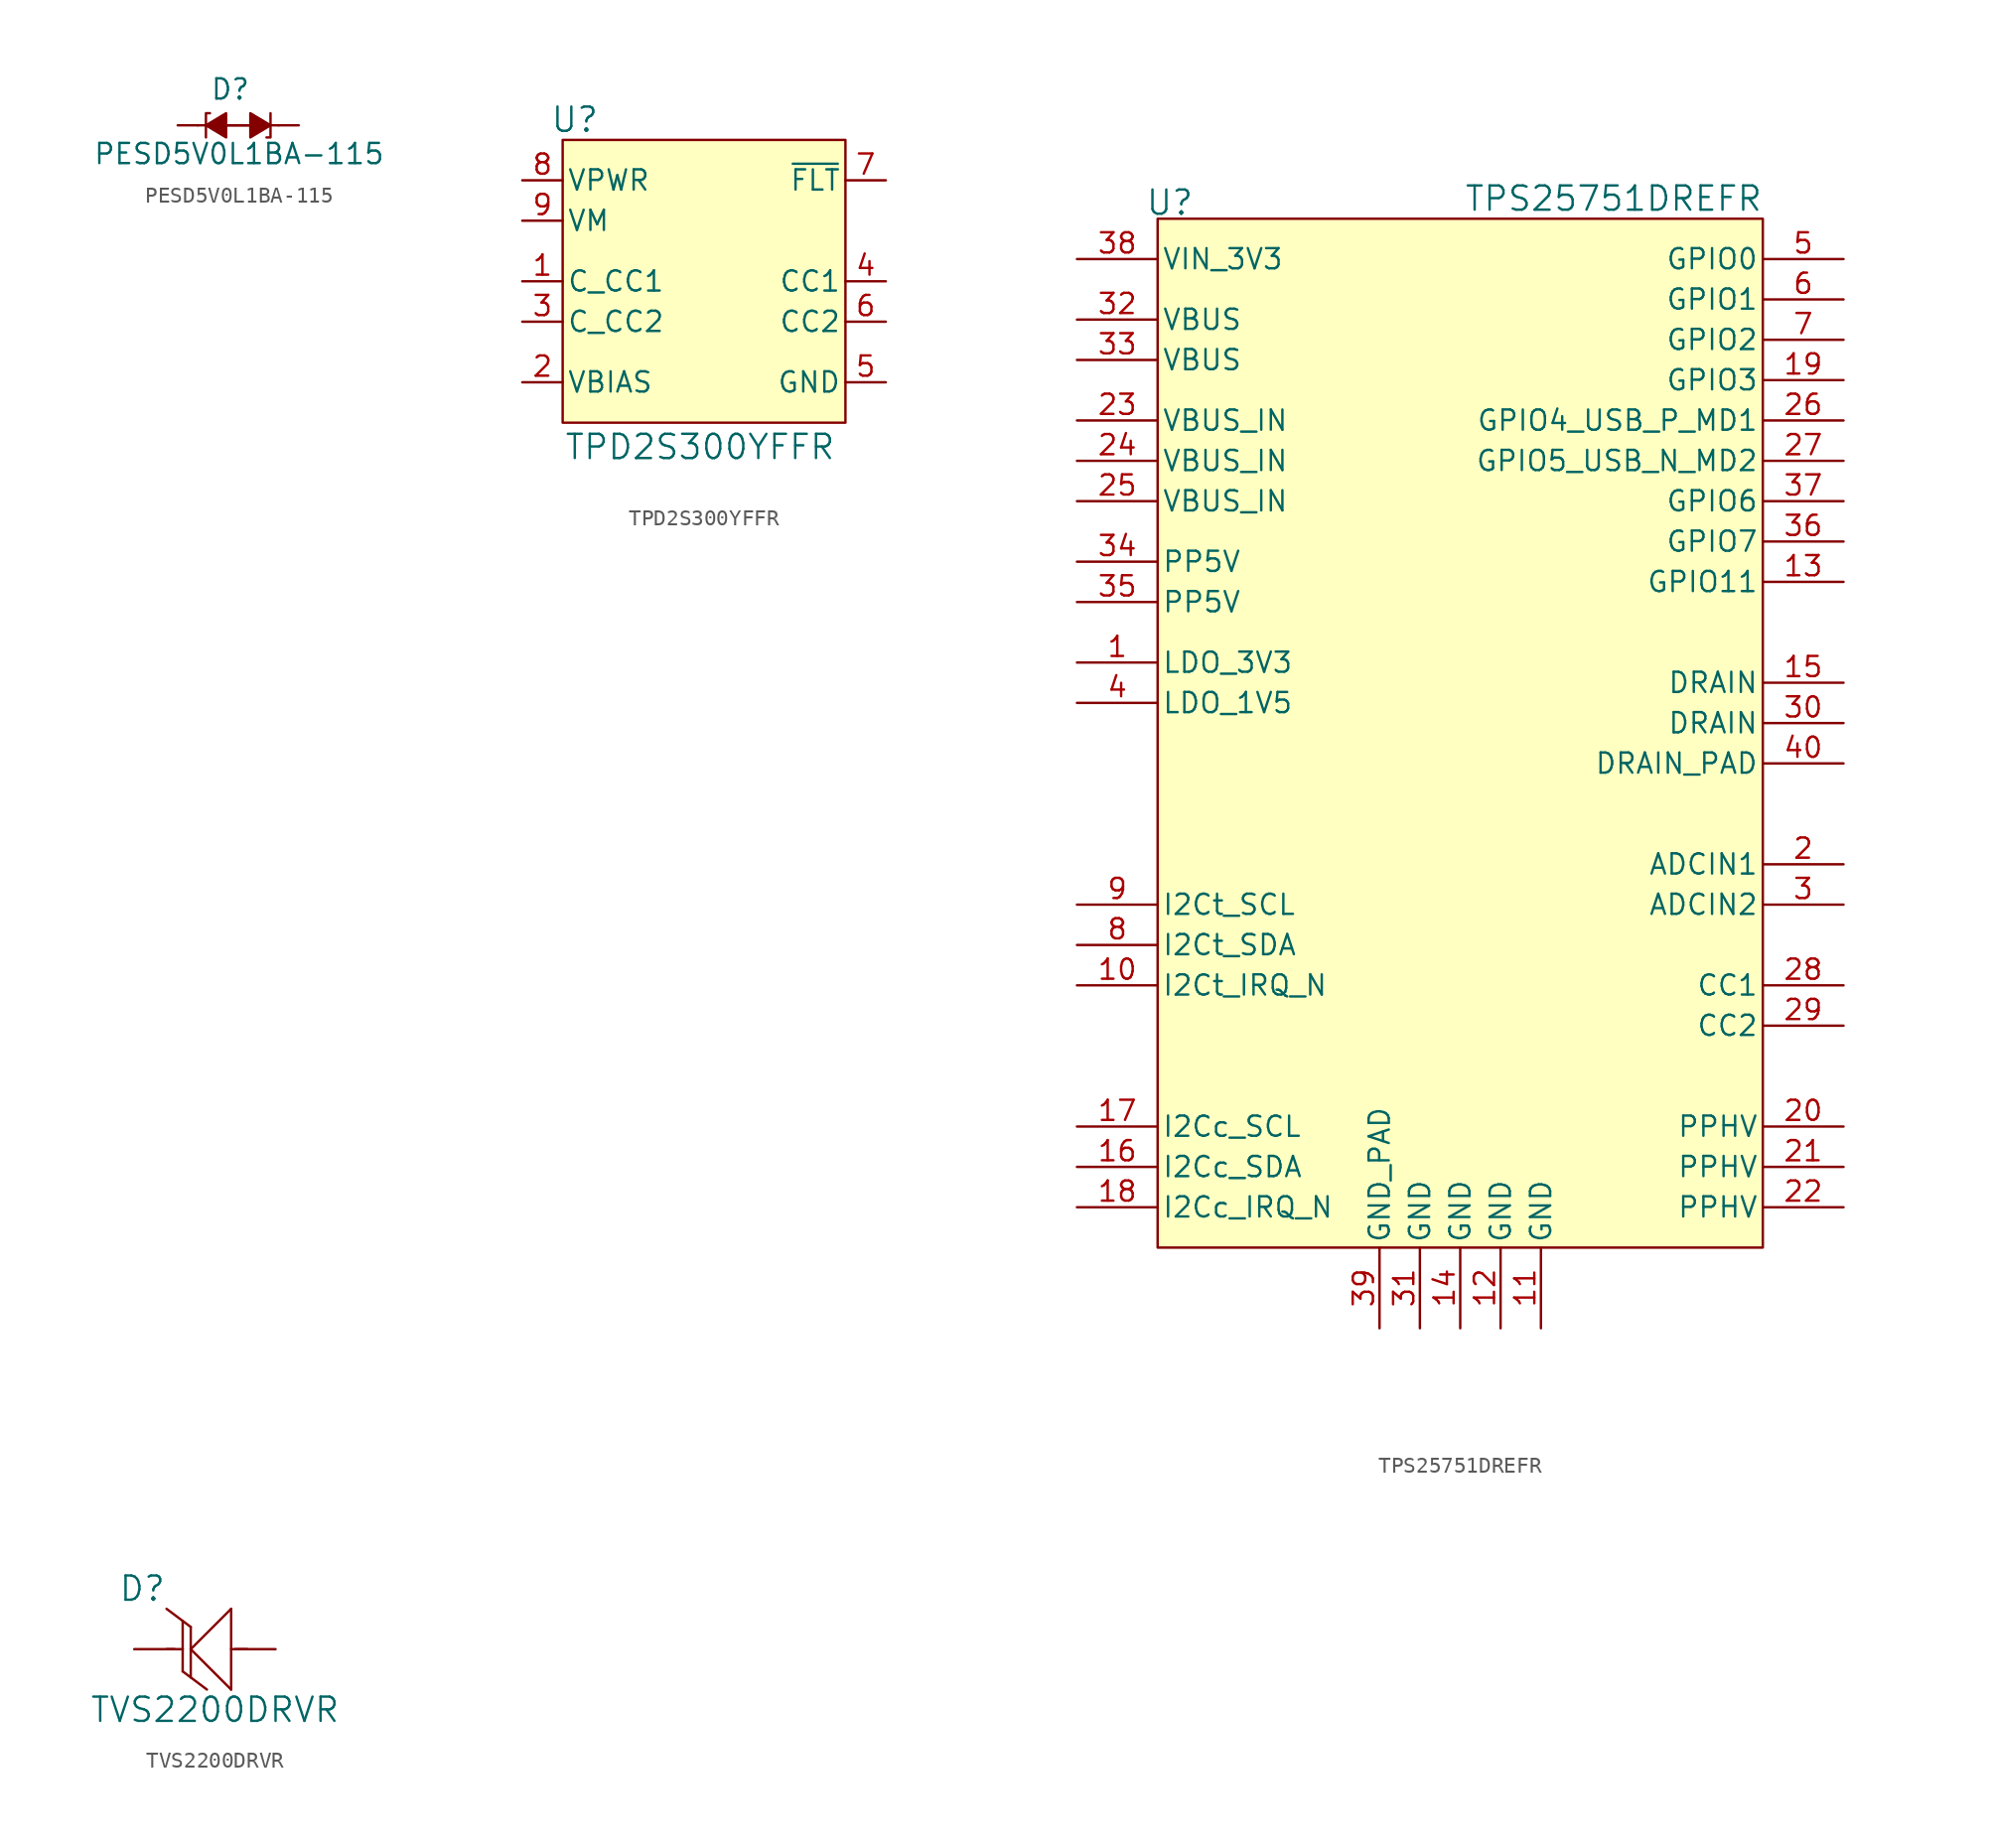
<source format=kicad_sym>
(kicad_symbol_lib
  (version 20241209)
  (generator "kicad_symbol_editor")
  (generator_version "9.0")
  (symbol "PESD5V0L1BA-115"
    (pin_numbers
      (hide yes))
    (pin_names
      (offset 1.016)
      (hide yes))
    (property "Reference" "D"
      (at -1.778 1.524 0)
      (effects (font (size 1.27 1.27)) (justify left bottom)))
    (property "Value" "PESD5V0L1BA-115"
      (at -9.144 -2.54 0)
      (effects (font (size 1.27 1.27)) (justify left bottom)))
    (symbol "PESD5V0L1BA-115_0_0"
      (polyline (pts (xy -2.54 0) (xy 2.54 0)) (stroke (width 0.152) (type default)) (fill (type none)))
      (polyline (pts (xy -2.032 0) (xy -0.762 0.762) (xy -0.762 -0.762) (xy -2.032 0)) (stroke (width 0.152) (type default)) (fill (type outline)))
      (polyline (pts (xy 0.762 0) (xy -1.27 0)) (stroke (width 0.152) (type default)) (fill (type none)))
      (polyline (pts (xy 2.032 0) (xy 0.762 -0.762) (xy 0.762 0.762) (xy 2.032 0)) (stroke (width 0.152) (type default)) (fill (type outline)))
      (pin passive line (at -3.81 0 0) (length 1.27) (name "~" (effects (font (size 1.016 1.016)))) (number "1" (effects (font (size 1.016 1.016)))))
      (pin passive line (at 3.81 0 180) (length 1.27) (name "~" (effects (font (size 1.016 1.016)))) (number "2" (effects (font (size 1.016 1.016))))))
    (symbol "PESD5V0L1BA-115_0_1"
      (polyline (pts (xy -1.778 0.762) (xy -2.032 0.762) (xy -2.032 -0.635) (xy -2.032 -0.762)) (stroke (width 0) (type default)) (fill (type none)))
      (polyline (pts (xy 1.778 -0.762) (xy 2.032 -0.762) (xy 2.032 0.635) (xy 2.032 0.762)) (stroke (width 0) (type default)) (fill (type none)))))
  (symbol "TPD2S300YFFR"
    (pin_names
      (offset 0.254))
    (property "Reference" "U"
      (at -8.128 11.43 0)
      (effects (font (size 1.524 1.524))))
    (property "Value" "TPD2S300YFFR"
      (at -0.254 -9.144 0)
      (effects (font (size 1.524 1.524))))
    (symbol "TPD2S300YFFR_0_1"
      (pin power_in line (at -11.43 7.62 0) (length 2.54) (name "VPWR" (effects (font (size 1.27 1.27)))) (number "8" (effects (font (size 1.27 1.27)))))
      (pin input line (at -11.43 5.08 0) (length 2.54) (name "VM" (effects (font (size 1.27 1.27)))) (number "9" (effects (font (size 1.27 1.27)))))
      (pin power_in line (at -11.43 -5.08 0) (length 2.54) (name "VBIAS" (effects (font (size 1.27 1.27)))) (number "2" (effects (font (size 1.27 1.27)))))
      (pin power_in line (at 11.43 -5.08 180) (length 2.54) (name "GND" (effects (font (size 1.27 1.27)))) (number "5" (effects (font (size 1.27 1.27))))))
    (symbol "TPD2S300YFFR_1_1"
      (rectangle (start -8.89 10.16) (end 8.89 -7.62) (stroke (width 0) (type solid)) (fill (type color) (color 255 255 194 1)))
      (pin bidirectional line (at -11.43 1.27 0) (length 2.54) (name "C_CC1" (effects (font (size 1.27 1.27)))) (number "1" (effects (font (size 1.27 1.27)))))
      (pin bidirectional line (at -11.43 -1.27 0) (length 2.54) (name "C_CC2" (effects (font (size 1.27 1.27)))) (number "3" (effects (font (size 1.27 1.27)))))
      (pin open_collector line (at 11.43 7.62 180) (length 2.54) (name "~{FLT}" (effects (font (size 1.27 1.27)))) (number "7" (effects (font (size 1.27 1.27)))))
      (pin bidirectional line (at 11.43 1.27 180) (length 2.54) (name "CC1" (effects (font (size 1.27 1.27)))) (number "4" (effects (font (size 1.27 1.27)))))
      (pin bidirectional line (at 11.43 -1.27 180) (length 2.54) (name "CC2" (effects (font (size 1.27 1.27)))) (number "6" (effects (font (size 1.27 1.27)))))))
  (symbol "TPS25751DREFR"
    (pin_names
      (offset 0.254))
    (property "Reference" "U"
      (at 5.842 3.556 0)
      (effects (font (size 1.524 1.524))))
    (property "Value" "TPS25751DREFR"
      (at 33.782 3.81 0)
      (effects (font (size 1.524 1.524))))
    (symbol "TPS25751DREFR_0_1"
      (pin unspecified line (at 0 -25.4 0) (length 5.08) (name "LDO_3V3" (effects (font (size 1.27 1.27)))) (number "1" (effects (font (size 1.27 1.27)))))
      (pin unspecified line (at 0 -27.94 0) (length 5.08) (name "LDO_1V5" (effects (font (size 1.27 1.27)))) (number "4" (effects (font (size 1.27 1.27)))))
      (pin input line (at 0 -40.64 0) (length 5.08) (name "I2Ct_SCL" (effects (font (size 1.27 1.27)))) (number "9" (effects (font (size 1.27 1.27)))))
      (pin bidirectional line (at 0 -43.18 0) (length 5.08) (name "I2Ct_SDA" (effects (font (size 1.27 1.27)))) (number "8" (effects (font (size 1.27 1.27)))))
      (pin output line (at 0 -45.72 0) (length 5.08) (name "I2Ct_IRQ_N" (effects (font (size 1.27 1.27)))) (number "10" (effects (font (size 1.27 1.27)))))
      (pin power_in line (at 24.13 -67.31 90) (length 5.08) (name "GND" (effects (font (size 1.27 1.27)))) (number "14" (effects (font (size 1.27 1.27)))))
      (pin power_in line (at 26.67 -67.31 90) (length 5.08) (name "GND" (effects (font (size 1.27 1.27)))) (number "12" (effects (font (size 1.27 1.27)))))
      (pin power_in line (at 29.21 -67.31 90) (length 5.08) (name "GND" (effects (font (size 1.27 1.27)))) (number "11" (effects (font (size 1.27 1.27)))))
      (pin bidirectional line (at 48.26 0 180) (length 5.08) (name "GPIO0" (effects (font (size 1.27 1.27)))) (number "5" (effects (font (size 1.27 1.27)))))
      (pin bidirectional line (at 48.26 -2.54 180) (length 5.08) (name "GPIO1" (effects (font (size 1.27 1.27)))) (number "6" (effects (font (size 1.27 1.27)))))
      (pin bidirectional line (at 48.26 -5.08 180) (length 5.08) (name "GPIO2" (effects (font (size 1.27 1.27)))) (number "7" (effects (font (size 1.27 1.27)))))
      (pin unspecified line (at 48.26 -38.1 180) (length 5.08) (name "ADCIN1" (effects (font (size 1.27 1.27)))) (number "2" (effects (font (size 1.27 1.27)))))
      (pin unspecified line (at 48.26 -40.64 180) (length 5.08) (name "ADCIN2" (effects (font (size 1.27 1.27)))) (number "3" (effects (font (size 1.27 1.27))))))
    (symbol "TPS25751DREFR_1_1"
      (rectangle (start 5.08 2.54) (end 43.18 -62.23) (stroke (width 0) (type solid)) (fill (type color) (color 255 255 194 1)))
      (pin power_in line (at 0 0 0) (length 5.08) (name "VIN_3V3" (effects (font (size 1.27 1.27)))) (number "38" (effects (font (size 1.27 1.27)))))
      (pin power_in line (at 0 -3.81 0) (length 5.08) (name "VBUS" (effects (font (size 1.27 1.27)))) (number "32" (effects (font (size 1.27 1.27)))))
      (pin power_in line (at 0 -6.35 0) (length 5.08) (name "VBUS" (effects (font (size 1.27 1.27)))) (number "33" (effects (font (size 1.27 1.27)))))
      (pin power_in line (at 0 -10.16 0) (length 5.08) (name "VBUS_IN" (effects (font (size 1.27 1.27)))) (number "23" (effects (font (size 1.27 1.27)))))
      (pin power_in line (at 0 -12.7 0) (length 5.08) (name "VBUS_IN" (effects (font (size 1.27 1.27)))) (number "24" (effects (font (size 1.27 1.27)))))
      (pin power_in line (at 0 -15.24 0) (length 5.08) (name "VBUS_IN" (effects (font (size 1.27 1.27)))) (number "25" (effects (font (size 1.27 1.27)))))
      (pin power_in line (at 0 -19.05 0) (length 5.08) (name "PP5V" (effects (font (size 1.27 1.27)))) (number "34" (effects (font (size 1.27 1.27)))))
      (pin power_in line (at 0 -21.59 0) (length 5.08) (name "PP5V" (effects (font (size 1.27 1.27)))) (number "35" (effects (font (size 1.27 1.27)))))
      (pin input line (at 0 -54.61 0) (length 5.08) (name "I2Cc_SCL" (effects (font (size 1.27 1.27)))) (number "17" (effects (font (size 1.27 1.27)))))
      (pin bidirectional line (at 0 -57.15 0) (length 5.08) (name "I2Cc_SDA" (effects (font (size 1.27 1.27)))) (number "16" (effects (font (size 1.27 1.27)))))
      (pin output line (at 0 -59.69 0) (length 5.08) (name "I2Cc_IRQ_N" (effects (font (size 1.27 1.27)))) (number "18" (effects (font (size 1.27 1.27)))))
      (pin power_in line (at 19.05 -67.31 90) (length 5.08) (name "GND_PAD" (effects (font (size 1.27 1.27)))) (number "39" (effects (font (size 1.27 1.27)))))
      (pin power_in line (at 21.59 -67.31 90) (length 5.08) (name "GND" (effects (font (size 1.27 1.27)))) (number "31" (effects (font (size 1.27 1.27)))))
      (pin bidirectional line (at 48.26 -7.62 180) (length 5.08) (name "GPIO3" (effects (font (size 1.27 1.27)))) (number "19" (effects (font (size 1.27 1.27)))))
      (pin bidirectional line (at 48.26 -10.16 180) (length 5.08) (name "GPIO4_USB_P_MD1" (effects (font (size 1.27 1.27)))) (number "26" (effects (font (size 1.27 1.27)))))
      (pin bidirectional line (at 48.26 -12.7 180) (length 5.08) (name "GPIO5_USB_N_MD2" (effects (font (size 1.27 1.27)))) (number "27" (effects (font (size 1.27 1.27)))))
      (pin bidirectional line (at 48.26 -15.24 180) (length 5.08) (name "GPIO6" (effects (font (size 1.27 1.27)))) (number "37" (effects (font (size 1.27 1.27)))))
      (pin bidirectional line (at 48.26 -17.78 180) (length 5.08) (name "GPIO7" (effects (font (size 1.27 1.27)))) (number "36" (effects (font (size 1.27 1.27)))))
      (pin bidirectional line (at 48.26 -20.32 180) (length 5.08) (name "GPIO11" (effects (font (size 1.27 1.27)))) (number "13" (effects (font (size 1.27 1.27)))))
      (pin bidirectional line (at 48.26 -26.67 180) (length 5.08) (name "DRAIN" (effects (font (size 1.27 1.27)))) (number "15" (effects (font (size 1.27 1.27)))))
      (pin bidirectional line (at 48.26 -29.21 180) (length 5.08) (name "DRAIN" (effects (font (size 1.27 1.27)))) (number "30" (effects (font (size 1.27 1.27)))))
      (pin bidirectional line (at 48.26 -31.75 180) (length 5.08) (name "DRAIN_PAD" (effects (font (size 1.27 1.27)))) (number "40" (effects (font (size 1.27 1.27)))))
      (pin unspecified line (at 48.26 -45.72 180) (length 5.08) (name "CC1" (effects (font (size 1.27 1.27)))) (number "28" (effects (font (size 1.27 1.27)))))
      (pin unspecified line (at 48.26 -48.26 180) (length 5.08) (name "CC2" (effects (font (size 1.27 1.27)))) (number "29" (effects (font (size 1.27 1.27)))))
      (pin power_in line (at 48.26 -54.61 180) (length 5.08) (name "PPHV" (effects (font (size 1.27 1.27)))) (number "20" (effects (font (size 1.27 1.27)))))
      (pin power_in line (at 48.26 -57.15 180) (length 5.08) (name "PPHV" (effects (font (size 1.27 1.27)))) (number "21" (effects (font (size 1.27 1.27)))))
      (pin power_in line (at 48.26 -59.69 180) (length 5.08) (name "PPHV" (effects (font (size 1.27 1.27)))) (number "22" (effects (font (size 1.27 1.27)))))))
  (symbol "TVS2200DRVR"
    (pin_numbers
      (hide yes))
    (pin_names
      (offset 0.254)
      (hide yes))
    (property "Reference" "D"
      (at -4.572 3.81 0)
      (effects (font (size 1.524 1.524))))
    (property "Value" "TVS2200DRVR"
      (at 0 -3.81 0)
      (effects (font (size 1.524 1.524))))
    (symbol "TVS2200DRVR_0_1"
      (polyline (pts (xy -2.032 1.778) (xy -2.032 0)) (stroke (width 0.152) (type default)) (fill (type none)))
      (polyline (pts (xy -2.032 0) (xy -3.048 0)) (stroke (width 0.152) (type default)) (fill (type none)))
      (polyline (pts (xy -2.032 0) (xy -2.032 -1.397)) (stroke (width 0.152) (type default)) (fill (type none)))
      (polyline (pts (xy -2.032 -1.397) (xy -0.508 -2.54)) (stroke (width 0.152) (type default)) (fill (type none)))
      (polyline (pts (xy -1.524 1.397) (xy -3.048 2.54)) (stroke (width 0.152) (type default)) (fill (type none)))
      (polyline (pts (xy -1.524 0) (xy -1.524 1.397)) (stroke (width 0.152) (type default)) (fill (type none)))
      (polyline (pts (xy -1.524 0) (xy 1.016 -2.54)) (stroke (width 0.152) (type default)) (fill (type none)))
      (polyline (pts (xy -1.524 -1.778) (xy -1.524 0)) (stroke (width 0.152) (type default)) (fill (type none)))
      (polyline (pts (xy 1.016 2.54) (xy -1.524 0)) (stroke (width 0.152) (type default)) (fill (type none)))
      (polyline (pts (xy 1.016 -2.54) (xy 1.016 2.54)) (stroke (width 0.152) (type default)) (fill (type none)))
      (polyline (pts (xy 2.032 0) (xy 1.016 0)) (stroke (width 0.152) (type default)) (fill (type none))))
    (symbol "TVS2200DRVR_1_1"
      (pin unspecified line (at -5.08 0 0) (length 2.54) (name "IN" (effects (font (size 1.27 1.27)))) (number "4" (effects (font (size 1.27 1.27)))))
      (pin unspecified line (at -5.08 0 0) (length 2.54) (hide yes) (name "IN" (effects (font (size 1.27 1.27)))) (number "5" (effects (font (size 1.27 1.27)))))
      (pin unspecified line (at -5.08 0 0) (length 2.54) (hide yes) (name "IN" (effects (font (size 1.27 1.27)))) (number "6" (effects (font (size 1.27 1.27)))))
      (pin unspecified line (at 3.81 0 180) (length 2.54) (name "GND" (effects (font (size 1.27 1.27)))) (number "1" (effects (font (size 1.27 1.27)))))
      (pin unspecified line (at 3.81 0 180) (length 2.54) (hide yes) (name "GND" (effects (font (size 1.27 1.27)))) (number "2" (effects (font (size 1.27 1.27)))))
      (pin unspecified line (at 3.81 0 180) (length 2.54) (hide yes) (name "GND" (effects (font (size 1.27 1.27)))) (number "3" (effects (font (size 1.27 1.27)))))
      (pin unspecified line (at 3.81 0 180) (length 2.54) (hide yes) (name "PAD" (effects (font (size 1.27 1.27)))) (number "7" (effects (font (size 1.27 1.27))))))))
</source>
